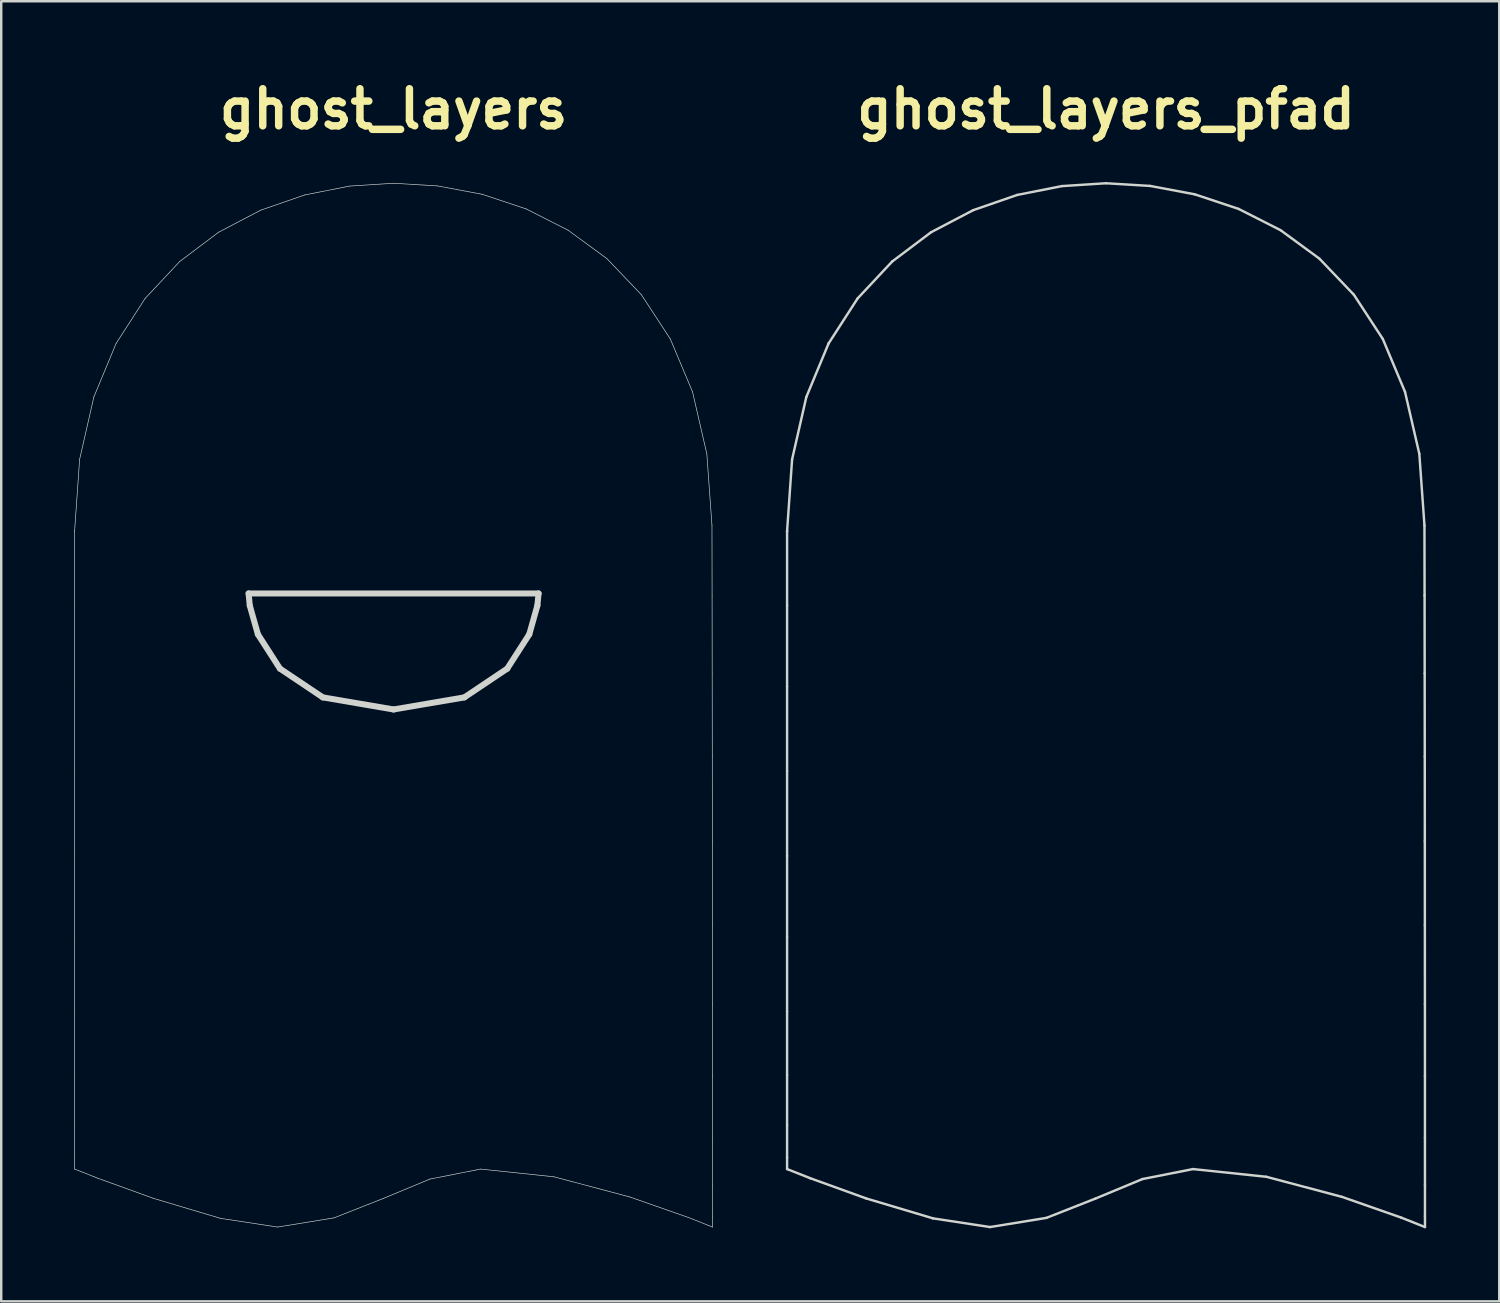
<source format=kicad_pcb>
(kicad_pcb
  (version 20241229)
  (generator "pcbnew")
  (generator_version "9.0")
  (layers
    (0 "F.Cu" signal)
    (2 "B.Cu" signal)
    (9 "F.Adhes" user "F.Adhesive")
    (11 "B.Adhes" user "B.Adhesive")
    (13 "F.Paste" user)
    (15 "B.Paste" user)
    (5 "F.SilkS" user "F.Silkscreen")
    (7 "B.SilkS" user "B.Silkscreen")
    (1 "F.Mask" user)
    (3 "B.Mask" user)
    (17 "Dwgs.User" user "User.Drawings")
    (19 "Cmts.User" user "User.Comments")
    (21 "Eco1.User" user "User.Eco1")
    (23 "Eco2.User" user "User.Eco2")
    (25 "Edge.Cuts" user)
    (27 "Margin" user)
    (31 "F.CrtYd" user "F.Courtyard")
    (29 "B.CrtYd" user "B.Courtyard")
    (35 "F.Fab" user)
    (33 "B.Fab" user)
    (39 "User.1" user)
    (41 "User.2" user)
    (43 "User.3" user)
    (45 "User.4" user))
  (footprint "ghost_layers"
    (layer "F.Cu")
    (at 13.11 25.924)
    (property "Reference" "ghost_layers" (at 0 -24.497 0) (layer "F.SilkS") (effects (font (size 1.524 1.524) (thickness 0.305))))
    (attr smd)
    (fp_line (start -13.097 -7.162) (end -13.097 -7.162) (stroke (width 0.026) (type solid)) (layer "Edge.Cuts"))
    (fp_line (start -13.097 -4.114) (end -13.097 -7.162) (stroke (width 0.026) (type solid)) (layer "Edge.Cuts"))
    (fp_line (start -13.097 -0.78) (end -13.097 -4.114) (stroke (width 0.026) (type solid)) (layer "Edge.Cuts"))
    (fp_line (start -13.097 2.697) (end -13.097 -0.78) (stroke (width 0.026) (type solid)) (layer "Edge.Cuts"))
    (fp_line (start -13.097 6.173) (end -13.097 2.697) (stroke (width 0.026) (type solid)) (layer "Edge.Cuts"))
    (fp_line (start -13.097 9.507) (end -13.097 6.173) (stroke (width 0.026) (type solid)) (layer "Edge.Cuts"))
    (fp_line (start -13.097 12.555) (end -13.097 9.507) (stroke (width 0.026) (type solid)) (layer "Edge.Cuts"))
    (fp_line (start -13.097 15.175) (end -13.097 12.555) (stroke (width 0.026) (type solid)) (layer "Edge.Cuts"))
    (fp_line (start -13.097 17.222) (end -13.097 15.175) (stroke (width 0.026) (type solid)) (layer "Edge.Cuts"))
    (fp_line (start -13.097 18.556) (end -13.097 17.222) (stroke (width 0.026) (type solid)) (layer "Edge.Cuts"))
    (fp_line (start -13.097 19.032) (end -13.097 18.556) (stroke (width 0.026) (type solid)) (layer "Edge.Cuts"))
    (fp_line (start -13.097 -7.162) (end -12.891 -10.109) (stroke (width 0.026) (type solid)) (layer "Edge.Cuts"))
    (fp_line (start -12.891 -10.109) (end -12.306 -12.673) (stroke (width 0.026) (type solid)) (layer "Edge.Cuts"))
    (fp_line (start -12.306 -12.673) (end -11.393 -14.87) (stroke (width 0.026) (type solid)) (layer "Edge.Cuts"))
    (fp_line (start -12.142 19.409) (end -13.097 19.032) (stroke (width 0.026) (type solid)) (layer "Edge.Cuts"))
    (fp_line (start -11.393 -14.87) (end -10.201 -16.719) (stroke (width 0.026) (type solid)) (layer "Edge.Cuts"))
    (fp_line (start -10.201 -16.719) (end -8.781 -18.236) (stroke (width 0.026) (type solid)) (layer "Edge.Cuts"))
    (fp_line (start -9.855 20.236) (end -12.142 19.409) (stroke (width 0.026) (type solid)) (layer "Edge.Cuts"))
    (fp_line (start -8.781 -18.236) (end -7.182 -19.439) (stroke (width 0.026) (type solid)) (layer "Edge.Cuts"))
    (fp_line (start -7.182 -19.439) (end -5.454 -20.344) (stroke (width 0.026) (type solid)) (layer "Edge.Cuts"))
    (fp_line (start -7.106 21.056) (end -9.855 20.236) (stroke (width 0.026) (type solid)) (layer "Edge.Cuts"))
    (fp_line (start -5.951 -4.604) (end 5.955 -4.604) (stroke (width 0.248) (type solid)) (layer "Edge.Cuts"))
    (fp_line (start -5.951 -4.604) (end 5.955 -4.604) (stroke (width 0.026) (type solid)) (layer "Edge.Cuts"))
    (fp_line (start -5.904 -4.109) (end -5.951 -4.604) (stroke (width 0.248) (type solid)) (layer "Edge.Cuts"))
    (fp_line (start -5.904 -4.109) (end -5.951 -4.604) (stroke (width 0.026) (type solid)) (layer "Edge.Cuts"))
    (fp_line (start -5.57 -2.927) (end -5.904 -4.109) (stroke (width 0.248) (type solid)) (layer "Edge.Cuts"))
    (fp_line (start -5.57 -2.927) (end -5.904 -4.109) (stroke (width 0.026) (type solid)) (layer "Edge.Cuts"))
    (fp_line (start -5.454 -20.344) (end -3.648 -20.969) (stroke (width 0.026) (type solid)) (layer "Edge.Cuts"))
    (fp_line (start -4.763 21.413) (end -7.106 21.056) (stroke (width 0.026) (type solid)) (layer "Edge.Cuts"))
    (fp_line (start -4.665 -1.518) (end -5.57 -2.927) (stroke (width 0.248) (type solid)) (layer "Edge.Cuts"))
    (fp_line (start -4.665 -1.518) (end -5.57 -2.927) (stroke (width 0.026) (type solid)) (layer "Edge.Cuts"))
    (fp_line (start -3.648 -20.969) (end -1.813 -21.332) (stroke (width 0.026) (type solid)) (layer "Edge.Cuts"))
    (fp_line (start -2.903 -0.337) (end -4.665 -1.518) (stroke (width 0.026) (type solid)) (layer "Edge.Cuts"))
    (fp_line (start -2.903 -0.337) (end -4.665 -1.518) (stroke (width 0.248) (type solid)) (layer "Edge.Cuts"))
    (fp_line (start -2.447 21.036) (end -4.763 21.413) (stroke (width 0.026) (type solid)) (layer "Edge.Cuts"))
    (fp_line (start -1.813 -21.332) (end 0.000011 -21.449) (stroke (width 0.026) (type solid)) (layer "Edge.Cuts"))
    (fp_line (start -0.436 20.244) (end -2.447 21.036) (stroke (width 0.026) (type solid)) (layer "Edge.Cuts"))
    (fp_line (start 0.000011 -21.449) (end 1.812 -21.339) (stroke (width 0.026) (type solid)) (layer "Edge.Cuts"))
    (fp_line (start 0.002 0.159) (end -2.903 -0.337) (stroke (width 0.248) (type solid)) (layer "Edge.Cuts"))
    (fp_line (start 0.002 0.159) (end -2.903 -0.337) (stroke (width 0.026) (type solid)) (layer "Edge.Cuts"))
    (fp_line (start 1.495 19.442) (end -0.436 20.244) (stroke (width 0.026) (type solid)) (layer "Edge.Cuts"))
    (fp_line (start 1.812 -21.339) (end 3.644 -20.994) (stroke (width 0.026) (type solid)) (layer "Edge.Cuts"))
    (fp_line (start 2.907 -0.337) (end 0.002 0.159) (stroke (width 0.248) (type solid)) (layer "Edge.Cuts"))
    (fp_line (start 2.907 -0.337) (end 0.002 0.159) (stroke (width 0.026) (type solid)) (layer "Edge.Cuts"))
    (fp_line (start 3.572 19.032) (end 1.495 19.442) (stroke (width 0.026) (type solid)) (layer "Edge.Cuts"))
    (fp_line (start 3.644 -20.994) (end 5.445 -20.395) (stroke (width 0.026) (type solid)) (layer "Edge.Cuts"))
    (fp_line (start 4.669 -1.518) (end 2.907 -0.337) (stroke (width 0.248) (type solid)) (layer "Edge.Cuts"))
    (fp_line (start 4.669 -1.518) (end 2.907 -0.337) (stroke (width 0.026) (type solid)) (layer "Edge.Cuts"))
    (fp_line (start 5.445 -20.395) (end 7.168 -19.521) (stroke (width 0.026) (type solid)) (layer "Edge.Cuts"))
    (fp_line (start 5.574 -2.927) (end 4.669 -1.518) (stroke (width 0.248) (type solid)) (layer "Edge.Cuts"))
    (fp_line (start 5.574 -2.927) (end 4.669 -1.518) (stroke (width 0.026) (type solid)) (layer "Edge.Cuts"))
    (fp_line (start 5.907 -4.109) (end 5.574 -2.927) (stroke (width 0.248) (type solid)) (layer "Edge.Cuts"))
    (fp_line (start 5.907 -4.109) (end 5.574 -2.927) (stroke (width 0.026) (type solid)) (layer "Edge.Cuts"))
    (fp_line (start 5.955 -4.604) (end 5.907 -4.109) (stroke (width 0.248) (type solid)) (layer "Edge.Cuts"))
    (fp_line (start 5.955 -4.604) (end 5.907 -4.109) (stroke (width 0.026) (type solid)) (layer "Edge.Cuts"))
    (fp_line (start 6.584 19.349) (end 3.572 19.032) (stroke (width 0.026) (type solid)) (layer "Edge.Cuts"))
    (fp_line (start 7.168 -19.521) (end 8.762 -18.353) (stroke (width 0.026) (type solid)) (layer "Edge.Cuts"))
    (fp_line (start 8.762 -18.353) (end 10.178 -16.871) (stroke (width 0.026) (type solid)) (layer "Edge.Cuts"))
    (fp_line (start 9.689 20.174) (end 6.584 19.349) (stroke (width 0.026) (type solid)) (layer "Edge.Cuts"))
    (fp_line (start 10.178 -16.871) (end 11.366 -15.054) (stroke (width 0.026) (type solid)) (layer "Edge.Cuts"))
    (fp_line (start 11.366 -15.054) (end 12.278 -12.882) (stroke (width 0.026) (type solid)) (layer "Edge.Cuts"))
    (fp_line (start 12.116 21.023) (end 9.689 20.174) (stroke (width 0.026) (type solid)) (layer "Edge.Cuts"))
    (fp_line (start 12.278 -12.882) (end 12.865 -10.336) (stroke (width 0.026) (type solid)) (layer "Edge.Cuts"))
    (fp_line (start 12.865 -10.336) (end 13.076 -7.396) (stroke (width 0.026) (type solid)) (layer "Edge.Cuts"))
    (fp_line (start 13.076 -7.396) (end 13.081 -4.525) (stroke (width 0.026) (type solid)) (layer "Edge.Cuts"))
    (fp_line (start 13.081 -4.525) (end 13.085 -1.322) (stroke (width 0.026) (type solid)) (layer "Edge.Cuts"))
    (fp_line (start 13.085 -1.322) (end 13.089 2.087) (stroke (width 0.026) (type solid)) (layer "Edge.Cuts"))
    (fp_line (start 13.089 2.087) (end 13.091 5.573) (stroke (width 0.026) (type solid)) (layer "Edge.Cuts"))
    (fp_line (start 13.091 5.573) (end 13.093 9.009) (stroke (width 0.026) (type solid)) (layer "Edge.Cuts"))
    (fp_line (start 13.093 9.009) (end 13.095 12.267) (stroke (width 0.026) (type solid)) (layer "Edge.Cuts"))
    (fp_line (start 13.095 12.267) (end 13.096 15.219) (stroke (width 0.026) (type solid)) (layer "Edge.Cuts"))
    (fp_line (start 13.096 15.219) (end 13.096 17.737) (stroke (width 0.026) (type solid)) (layer "Edge.Cuts"))
    (fp_line (start 13.096 17.737) (end 13.097 19.694) (stroke (width 0.026) (type solid)) (layer "Edge.Cuts"))
    (fp_line (start 13.097 19.694) (end 13.097 20.962) (stroke (width 0.026) (type solid)) (layer "Edge.Cuts"))
    (fp_line (start 13.097 20.962) (end 13.097 21.413) (stroke (width 0.026) (type solid)) (layer "Edge.Cuts"))
    (fp_line (start 13.097 21.413) (end 12.116 21.023) (stroke (width 0.026) (type solid)) (layer "Edge.Cuts")))
  (footprint "ghost_layers_pfad"
    (layer "F.Cu")
    (at 42.367 25.924)
    (property "Reference" "ghost_layers_pfad" (at 0 -24.497 0) (layer "F.SilkS") (effects (font (size 1.524 1.524) (thickness 0.305))))
    (attr smd)
    (fp_line (start -13.097 -7.162) (end -13.097 -7.162) (stroke (width 0.1) (type solid)) (layer "Edge.Cuts"))
    (fp_line (start -13.097 -4.114) (end -13.097 -7.162) (stroke (width 0.1) (type solid)) (layer "Edge.Cuts"))
    (fp_line (start -13.097 -0.78) (end -13.097 -4.114) (stroke (width 0.1) (type solid)) (layer "Edge.Cuts"))
    (fp_line (start -13.097 2.697) (end -13.097 -0.78) (stroke (width 0.1) (type solid)) (layer "Edge.Cuts"))
    (fp_line (start -13.097 6.173) (end -13.097 2.697) (stroke (width 0.1) (type solid)) (layer "Edge.Cuts"))
    (fp_line (start -13.097 9.507) (end -13.097 6.173) (stroke (width 0.1) (type solid)) (layer "Edge.Cuts"))
    (fp_line (start -13.097 12.555) (end -13.097 9.507) (stroke (width 0.1) (type solid)) (layer "Edge.Cuts"))
    (fp_line (start -13.097 15.175) (end -13.097 12.555) (stroke (width 0.1) (type solid)) (layer "Edge.Cuts"))
    (fp_line (start -13.097 17.222) (end -13.097 15.175) (stroke (width 0.1) (type solid)) (layer "Edge.Cuts"))
    (fp_line (start -13.097 18.556) (end -13.097 17.222) (stroke (width 0.1) (type solid)) (layer "Edge.Cuts"))
    (fp_line (start -13.097 19.032) (end -13.097 18.556) (stroke (width 0.1) (type solid)) (layer "Edge.Cuts"))
    (fp_line (start -13.097 -7.162) (end -12.891 -10.109) (stroke (width 0.1) (type solid)) (layer "Edge.Cuts"))
    (fp_line (start -12.891 -10.109) (end -12.306 -12.673) (stroke (width 0.1) (type solid)) (layer "Edge.Cuts"))
    (fp_line (start -12.306 -12.673) (end -11.393 -14.87) (stroke (width 0.1) (type solid)) (layer "Edge.Cuts"))
    (fp_line (start -12.142 19.409) (end -13.097 19.032) (stroke (width 0.1) (type solid)) (layer "Edge.Cuts"))
    (fp_line (start -11.393 -14.87) (end -10.201 -16.719) (stroke (width 0.1) (type solid)) (layer "Edge.Cuts"))
    (fp_line (start -10.201 -16.719) (end -8.781 -18.236) (stroke (width 0.1) (type solid)) (layer "Edge.Cuts"))
    (fp_line (start -9.855 20.236) (end -12.142 19.409) (stroke (width 0.1) (type solid)) (layer "Edge.Cuts"))
    (fp_line (start -8.781 -18.236) (end -7.182 -19.439) (stroke (width 0.1) (type solid)) (layer "Edge.Cuts"))
    (fp_line (start -7.182 -19.439) (end -5.454 -20.344) (stroke (width 0.1) (type solid)) (layer "Edge.Cuts"))
    (fp_line (start -7.106 21.056) (end -9.855 20.236) (stroke (width 0.1) (type solid)) (layer "Edge.Cuts"))
    (fp_line (start -5.454 -20.344) (end -3.648 -20.969) (stroke (width 0.1) (type solid)) (layer "Edge.Cuts"))
    (fp_line (start -4.763 21.413) (end -7.106 21.056) (stroke (width 0.1) (type solid)) (layer "Edge.Cuts"))
    (fp_line (start -3.648 -20.969) (end -1.813 -21.332) (stroke (width 0.1) (type solid)) (layer "Edge.Cuts"))
    (fp_line (start -2.447 21.036) (end -4.763 21.413) (stroke (width 0.1) (type solid)) (layer "Edge.Cuts"))
    (fp_line (start -1.813 -21.332) (end 0.000008 -21.449) (stroke (width 0.1) (type solid)) (layer "Edge.Cuts"))
    (fp_line (start -0.436 20.244) (end -2.447 21.036) (stroke (width 0.1) (type solid)) (layer "Edge.Cuts"))
    (fp_line (start 0.000008 -21.449) (end 1.812 -21.339) (stroke (width 0.1) (type solid)) (layer "Edge.Cuts"))
    (fp_line (start 1.495 19.442) (end -0.436 20.244) (stroke (width 0.1) (type solid)) (layer "Edge.Cuts"))
    (fp_line (start 1.812 -21.339) (end 3.644 -20.994) (stroke (width 0.1) (type solid)) (layer "Edge.Cuts"))
    (fp_line (start 3.572 19.032) (end 1.495 19.442) (stroke (width 0.1) (type solid)) (layer "Edge.Cuts"))
    (fp_line (start 3.644 -20.994) (end 5.445 -20.395) (stroke (width 0.1) (type solid)) (layer "Edge.Cuts"))
    (fp_line (start 5.445 -20.395) (end 7.168 -19.521) (stroke (width 0.1) (type solid)) (layer "Edge.Cuts"))
    (fp_line (start 6.584 19.349) (end 3.572 19.032) (stroke (width 0.1) (type solid)) (layer "Edge.Cuts"))
    (fp_line (start 7.168 -19.521) (end 8.762 -18.353) (stroke (width 0.1) (type solid)) (layer "Edge.Cuts"))
    (fp_line (start 8.762 -18.353) (end 10.178 -16.871) (stroke (width 0.1) (type solid)) (layer "Edge.Cuts"))
    (fp_line (start 9.689 20.174) (end 6.584 19.349) (stroke (width 0.1) (type solid)) (layer "Edge.Cuts"))
    (fp_line (start 10.178 -16.871) (end 11.366 -15.054) (stroke (width 0.1) (type solid)) (layer "Edge.Cuts"))
    (fp_line (start 11.366 -15.054) (end 12.278 -12.882) (stroke (width 0.1) (type solid)) (layer "Edge.Cuts"))
    (fp_line (start 12.116 21.023) (end 9.689 20.174) (stroke (width 0.1) (type solid)) (layer "Edge.Cuts"))
    (fp_line (start 12.278 -12.882) (end 12.865 -10.336) (stroke (width 0.1) (type solid)) (layer "Edge.Cuts"))
    (fp_line (start 12.865 -10.336) (end 13.076 -7.396) (stroke (width 0.1) (type solid)) (layer "Edge.Cuts"))
    (fp_line (start 13.076 -7.396) (end 13.081 -4.525) (stroke (width 0.1) (type solid)) (layer "Edge.Cuts"))
    (fp_line (start 13.081 -4.525) (end 13.085 -1.322) (stroke (width 0.1) (type solid)) (layer "Edge.Cuts"))
    (fp_line (start 13.085 -1.322) (end 13.089 2.087) (stroke (width 0.1) (type solid)) (layer "Edge.Cuts"))
    (fp_line (start 13.089 2.087) (end 13.091 5.573) (stroke (width 0.1) (type solid)) (layer "Edge.Cuts"))
    (fp_line (start 13.091 5.573) (end 13.093 9.009) (stroke (width 0.1) (type solid)) (layer "Edge.Cuts"))
    (fp_line (start 13.093 9.009) (end 13.095 12.267) (stroke (width 0.1) (type solid)) (layer "Edge.Cuts"))
    (fp_line (start 13.095 12.267) (end 13.096 15.219) (stroke (width 0.1) (type solid)) (layer "Edge.Cuts"))
    (fp_line (start 13.096 15.219) (end 13.096 17.737) (stroke (width 0.1) (type solid)) (layer "Edge.Cuts"))
    (fp_line (start 13.096 17.737) (end 13.097 19.694) (stroke (width 0.1) (type solid)) (layer "Edge.Cuts"))
    (fp_line (start 13.097 19.694) (end 13.097 20.962) (stroke (width 0.1) (type solid)) (layer "Edge.Cuts"))
    (fp_line (start 13.097 20.962) (end 13.097 21.413) (stroke (width 0.1) (type solid)) (layer "Edge.Cuts"))
    (fp_line (start 13.097 21.413) (end 12.116 21.023) (stroke (width 0.1) (type solid)) (layer "Edge.Cuts")))
  (gr_rect
    (start -3 -3)
    (end 58.514 50.387)
    (stroke (width 0.1) (type default))
    (fill no)
    (layer "Edge.Cuts")))
</source>
